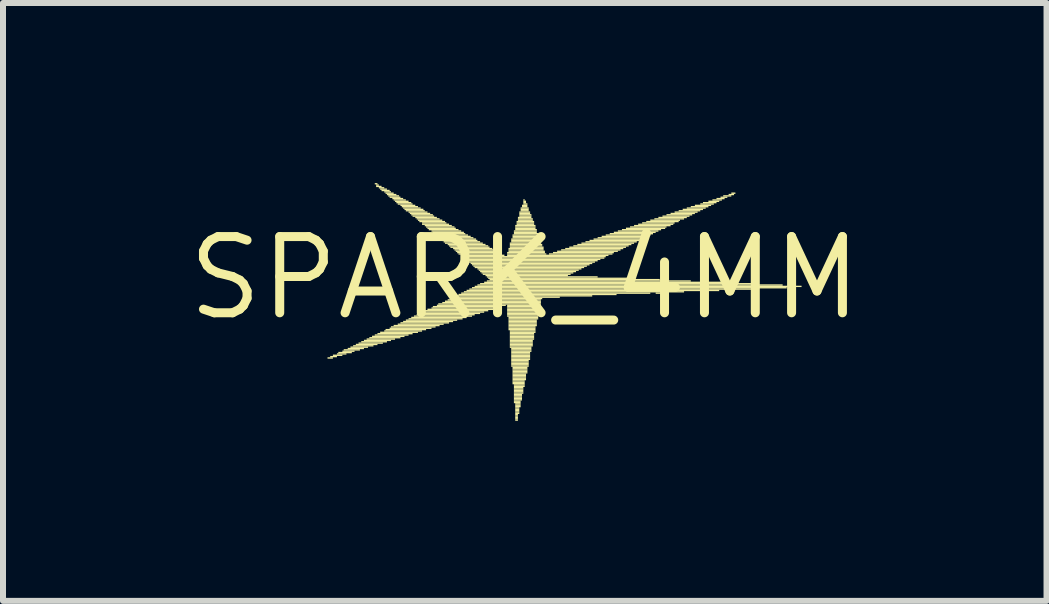
<source format=kicad_pcb>
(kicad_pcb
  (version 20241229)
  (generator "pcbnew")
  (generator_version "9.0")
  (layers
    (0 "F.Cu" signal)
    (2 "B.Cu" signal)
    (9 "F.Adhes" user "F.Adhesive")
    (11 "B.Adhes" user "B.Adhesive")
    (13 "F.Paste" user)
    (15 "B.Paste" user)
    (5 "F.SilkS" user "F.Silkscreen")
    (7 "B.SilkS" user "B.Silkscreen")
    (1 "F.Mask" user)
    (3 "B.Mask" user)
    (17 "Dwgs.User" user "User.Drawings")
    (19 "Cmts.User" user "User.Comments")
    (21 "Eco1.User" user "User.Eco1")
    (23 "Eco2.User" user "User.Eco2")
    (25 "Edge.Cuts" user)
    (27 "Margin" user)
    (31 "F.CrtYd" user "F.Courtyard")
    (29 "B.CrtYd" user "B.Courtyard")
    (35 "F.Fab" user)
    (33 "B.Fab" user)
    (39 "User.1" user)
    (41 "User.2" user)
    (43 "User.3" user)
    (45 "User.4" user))
  (footprint "SPARK_4MM"
    (layer "F.Cu")
    (at 5.692 1.581)
    (property "Reference" "SPARK_4MM" (at 0 0 0) (layer "F.SilkS") (effects (font (size 1.27 1.27) (thickness 0.15))))
    (attr through_hole)
    (fp_poly (pts (xy -3.286 1.344) (xy -3.196 1.344) (xy -3.196 1.321) (xy -3.286 1.321)) (stroke (width 0) (type solid)) (fill yes) (layer "F.SilkS"))
    (fp_poly (pts (xy -3.241 1.321) (xy -3.129 1.321) (xy -3.129 1.299) (xy -3.241 1.299)) (stroke (width 0) (type solid)) (fill yes) (layer "F.SilkS"))
    (fp_poly (pts (xy -3.196 1.299) (xy -3.039 1.299) (xy -3.039 1.276) (xy -3.196 1.276)) (stroke (width 0) (type solid)) (fill yes) (layer "F.SilkS"))
    (fp_poly (pts (xy -3.129 1.276) (xy -2.971 1.276) (xy -2.971 1.254) (xy -3.129 1.254)) (stroke (width 0) (type solid)) (fill yes) (layer "F.SilkS"))
    (fp_poly (pts (xy -3.106 1.254) (xy -2.881 1.254) (xy -2.881 1.231) (xy -3.106 1.231)) (stroke (width 0) (type solid)) (fill yes) (layer "F.SilkS"))
    (fp_poly (pts (xy -3.039 1.231) (xy -2.836 1.231) (xy -2.836 1.209) (xy -3.039 1.209)) (stroke (width 0) (type solid)) (fill yes) (layer "F.SilkS"))
    (fp_poly (pts (xy -3.016 1.209) (xy -2.746 1.209) (xy -2.746 1.186) (xy -3.016 1.186)) (stroke (width 0) (type solid)) (fill yes) (layer "F.SilkS"))
    (fp_poly (pts (xy -2.949 1.186) (xy -2.679 1.186) (xy -2.679 1.164) (xy -2.949 1.164)) (stroke (width 0) (type solid)) (fill yes) (layer "F.SilkS"))
    (fp_poly (pts (xy -2.904 1.164) (xy -2.611 1.164) (xy -2.611 1.141) (xy -2.904 1.141)) (stroke (width 0) (type solid)) (fill yes) (layer "F.SilkS"))
    (fp_poly (pts (xy -2.859 1.141) (xy -2.521 1.141) (xy -2.521 1.119) (xy -2.859 1.119)) (stroke (width 0) (type solid)) (fill yes) (layer "F.SilkS"))
    (fp_poly (pts (xy -2.814 1.119) (xy -2.454 1.119) (xy -2.454 1.096) (xy -2.814 1.096)) (stroke (width 0) (type solid)) (fill yes) (layer "F.SilkS"))
    (fp_poly (pts (xy -2.769 1.096) (xy -2.364 1.096) (xy -2.364 1.074) (xy -2.769 1.074)) (stroke (width 0) (type solid)) (fill yes) (layer "F.SilkS"))
    (fp_poly (pts (xy -2.724 1.074) (xy -2.296 1.074) (xy -2.296 1.051) (xy -2.724 1.051)) (stroke (width 0) (type solid)) (fill yes) (layer "F.SilkS"))
    (fp_poly (pts (xy -2.679 1.051) (xy -2.229 1.051) (xy -2.229 1.029) (xy -2.679 1.029)) (stroke (width 0) (type solid)) (fill yes) (layer "F.SilkS"))
    (fp_poly (pts (xy -2.634 1.029) (xy -2.161 1.029) (xy -2.161 1.006) (xy -2.634 1.006)) (stroke (width 0) (type solid)) (fill yes) (layer "F.SilkS"))
    (fp_poly (pts (xy -2.589 1.006) (xy -2.071 1.006) (xy -2.071 0.984) (xy -2.589 0.984)) (stroke (width 0) (type solid)) (fill yes) (layer "F.SilkS"))
    (fp_poly (pts (xy -2.544 0.984) (xy -2.004 0.984) (xy -2.004 0.961) (xy -2.544 0.961)) (stroke (width 0) (type solid)) (fill yes) (layer "F.SilkS"))
    (fp_poly (pts (xy -2.499 -1.559) (xy -2.454 -1.559) (xy -2.454 -1.581) (xy -2.499 -1.581)) (stroke (width 0) (type solid)) (fill yes) (layer "F.SilkS"))
    (fp_poly (pts (xy -2.499 0.961) (xy -1.936 0.961) (xy -1.936 0.939) (xy -2.499 0.939)) (stroke (width 0) (type solid)) (fill yes) (layer "F.SilkS"))
    (fp_poly (pts (xy -2.476 -1.536) (xy -2.431 -1.536) (xy -2.431 -1.559) (xy -2.476 -1.559)) (stroke (width 0) (type solid)) (fill yes) (layer "F.SilkS"))
    (fp_poly (pts (xy -2.476 -1.514) (xy -2.386 -1.514) (xy -2.386 -1.536) (xy -2.476 -1.536)) (stroke (width 0) (type solid)) (fill yes) (layer "F.SilkS"))
    (fp_poly (pts (xy -2.454 0.939) (xy -1.869 0.939) (xy -1.869 0.916) (xy -2.454 0.916)) (stroke (width 0) (type solid)) (fill yes) (layer "F.SilkS"))
    (fp_poly (pts (xy -2.431 -1.491) (xy -2.341 -1.491) (xy -2.341 -1.514) (xy -2.431 -1.514)) (stroke (width 0) (type solid)) (fill yes) (layer "F.SilkS"))
    (fp_poly (pts (xy -2.409 -1.469) (xy -2.296 -1.469) (xy -2.296 -1.491) (xy -2.409 -1.491)) (stroke (width 0) (type solid)) (fill yes) (layer "F.SilkS"))
    (fp_poly (pts (xy -2.409 0.916) (xy -1.779 0.916) (xy -1.779 0.894) (xy -2.409 0.894)) (stroke (width 0) (type solid)) (fill yes) (layer "F.SilkS"))
    (fp_poly (pts (xy -2.386 -1.446) (xy -2.251 -1.446) (xy -2.251 -1.469) (xy -2.386 -1.469)) (stroke (width 0) (type solid)) (fill yes) (layer "F.SilkS"))
    (fp_poly (pts (xy -2.341 -1.424) (xy -2.229 -1.424) (xy -2.229 -1.446) (xy -2.341 -1.446)) (stroke (width 0) (type solid)) (fill yes) (layer "F.SilkS"))
    (fp_poly (pts (xy -2.341 0.894) (xy -1.711 0.894) (xy -1.711 0.871) (xy -2.341 0.871)) (stroke (width 0) (type solid)) (fill yes) (layer "F.SilkS"))
    (fp_poly (pts (xy -2.319 -1.401) (xy -2.184 -1.401) (xy -2.184 -1.424) (xy -2.319 -1.424)) (stroke (width 0) (type solid)) (fill yes) (layer "F.SilkS"))
    (fp_poly (pts (xy -2.319 0.871) (xy -1.644 0.871) (xy -1.644 0.849) (xy -2.319 0.849)) (stroke (width 0) (type solid)) (fill yes) (layer "F.SilkS"))
    (fp_poly (pts (xy -2.296 -1.379) (xy -2.139 -1.379) (xy -2.139 -1.401) (xy -2.296 -1.401)) (stroke (width 0) (type solid)) (fill yes) (layer "F.SilkS"))
    (fp_poly (pts (xy -2.274 -1.356) (xy -2.094 -1.356) (xy -2.094 -1.379) (xy -2.274 -1.379)) (stroke (width 0) (type solid)) (fill yes) (layer "F.SilkS"))
    (fp_poly (pts (xy -2.251 -1.334) (xy -2.071 -1.334) (xy -2.071 -1.356) (xy -2.251 -1.356)) (stroke (width 0) (type solid)) (fill yes) (layer "F.SilkS"))
    (fp_poly (pts (xy -2.251 0.849) (xy -1.554 0.849) (xy -1.554 0.826) (xy -2.251 0.826)) (stroke (width 0) (type solid)) (fill yes) (layer "F.SilkS"))
    (fp_poly (pts (xy -2.229 0.826) (xy -1.486 0.826) (xy -1.486 0.804) (xy -2.229 0.804)) (stroke (width 0) (type solid)) (fill yes) (layer "F.SilkS"))
    (fp_poly (pts (xy -2.206 -1.311) (xy -2.026 -1.311) (xy -2.026 -1.334) (xy -2.206 -1.334)) (stroke (width 0) (type solid)) (fill yes) (layer "F.SilkS"))
    (fp_poly (pts (xy -2.184 -1.289) (xy -1.981 -1.289) (xy -1.981 -1.311) (xy -2.184 -1.311)) (stroke (width 0) (type solid)) (fill yes) (layer "F.SilkS"))
    (fp_poly (pts (xy -2.184 0.804) (xy -1.419 0.804) (xy -1.419 0.781) (xy -2.184 0.781)) (stroke (width 0) (type solid)) (fill yes) (layer "F.SilkS"))
    (fp_poly (pts (xy -2.161 -1.266) (xy -1.936 -1.266) (xy -1.936 -1.289) (xy -2.161 -1.289)) (stroke (width 0) (type solid)) (fill yes) (layer "F.SilkS"))
    (fp_poly (pts (xy -2.139 -1.244) (xy -1.891 -1.244) (xy -1.891 -1.266) (xy -2.139 -1.266)) (stroke (width 0) (type solid)) (fill yes) (layer "F.SilkS"))
    (fp_poly (pts (xy -2.116 -1.221) (xy -1.869 -1.221) (xy -1.869 -1.244) (xy -2.116 -1.244)) (stroke (width 0) (type solid)) (fill yes) (layer "F.SilkS"))
    (fp_poly (pts (xy -2.116 0.781) (xy -1.351 0.781) (xy -1.351 0.759) (xy -2.116 0.759)) (stroke (width 0) (type solid)) (fill yes) (layer "F.SilkS"))
    (fp_poly (pts (xy -2.071 -1.199) (xy -1.824 -1.199) (xy -1.824 -1.221) (xy -2.071 -1.221)) (stroke (width 0) (type solid)) (fill yes) (layer "F.SilkS"))
    (fp_poly (pts (xy -2.071 0.759) (xy -1.261 0.759) (xy -1.261 0.736) (xy -2.071 0.736)) (stroke (width 0) (type solid)) (fill yes) (layer "F.SilkS"))
    (fp_poly (pts (xy -2.049 -1.176) (xy -1.779 -1.176) (xy -1.779 -1.199) (xy -2.049 -1.199)) (stroke (width 0) (type solid)) (fill yes) (layer "F.SilkS"))
    (fp_poly (pts (xy -2.026 -1.154) (xy -1.734 -1.154) (xy -1.734 -1.176) (xy -2.026 -1.176)) (stroke (width 0) (type solid)) (fill yes) (layer "F.SilkS"))
    (fp_poly (pts (xy -2.026 0.736) (xy -1.194 0.736) (xy -1.194 0.714) (xy -2.026 0.714)) (stroke (width 0) (type solid)) (fill yes) (layer "F.SilkS"))
    (fp_poly (pts (xy -2.004 -1.131) (xy -1.689 -1.131) (xy -1.689 -1.154) (xy -2.004 -1.154)) (stroke (width 0) (type solid)) (fill yes) (layer "F.SilkS"))
    (fp_poly (pts (xy -1.981 -1.109) (xy -1.666 -1.109) (xy -1.666 -1.131) (xy -1.981 -1.131)) (stroke (width 0) (type solid)) (fill yes) (layer "F.SilkS"))
    (fp_poly (pts (xy -1.981 0.714) (xy -1.126 0.714) (xy -1.126 0.691) (xy -1.981 0.691)) (stroke (width 0) (type solid)) (fill yes) (layer "F.SilkS"))
    (fp_poly (pts (xy -1.936 -1.086) (xy -1.621 -1.086) (xy -1.621 -1.109) (xy -1.936 -1.109)) (stroke (width 0) (type solid)) (fill yes) (layer "F.SilkS"))
    (fp_poly (pts (xy -1.936 0.691) (xy -1.036 0.691) (xy -1.036 0.669) (xy -1.936 0.669)) (stroke (width 0) (type solid)) (fill yes) (layer "F.SilkS"))
    (fp_poly (pts (xy -1.914 -1.064) (xy -1.576 -1.064) (xy -1.576 -1.086) (xy -1.914 -1.086)) (stroke (width 0) (type solid)) (fill yes) (layer "F.SilkS"))
    (fp_poly (pts (xy -1.891 -1.041) (xy -1.531 -1.041) (xy -1.531 -1.064) (xy -1.891 -1.064)) (stroke (width 0) (type solid)) (fill yes) (layer "F.SilkS"))
    (fp_poly (pts (xy -1.891 0.669) (xy -0.969 0.669) (xy -0.969 0.646) (xy -1.891 0.646)) (stroke (width 0) (type solid)) (fill yes) (layer "F.SilkS"))
    (fp_poly (pts (xy -1.869 -1.019) (xy -1.509 -1.019) (xy -1.509 -1.041) (xy -1.869 -1.041)) (stroke (width 0) (type solid)) (fill yes) (layer "F.SilkS"))
    (fp_poly (pts (xy -1.846 0.646) (xy -0.879 0.646) (xy -0.879 0.624) (xy -1.846 0.624)) (stroke (width 0) (type solid)) (fill yes) (layer "F.SilkS"))
    (fp_poly (pts (xy -1.824 -0.996) (xy -1.464 -0.996) (xy -1.464 -1.019) (xy -1.824 -1.019)) (stroke (width 0) (type solid)) (fill yes) (layer "F.SilkS"))
    (fp_poly (pts (xy -1.801 -0.974) (xy -1.419 -0.974) (xy -1.419 -0.996) (xy -1.801 -0.996)) (stroke (width 0) (type solid)) (fill yes) (layer "F.SilkS"))
    (fp_poly (pts (xy -1.801 0.624) (xy -0.834 0.624) (xy -0.834 0.601) (xy -1.801 0.601)) (stroke (width 0) (type solid)) (fill yes) (layer "F.SilkS"))
    (fp_poly (pts (xy -1.779 -0.951) (xy -1.374 -0.951) (xy -1.374 -0.974) (xy -1.779 -0.974)) (stroke (width 0) (type solid)) (fill yes) (layer "F.SilkS"))
    (fp_poly (pts (xy -1.756 -0.929) (xy -1.329 -0.929) (xy -1.329 -0.951) (xy -1.756 -0.951)) (stroke (width 0) (type solid)) (fill yes) (layer "F.SilkS"))
    (fp_poly (pts (xy -1.756 0.601) (xy -0.744 0.601) (xy -0.744 0.579) (xy -1.756 0.579)) (stroke (width 0) (type solid)) (fill yes) (layer "F.SilkS"))
    (fp_poly (pts (xy -1.711 -0.906) (xy -1.306 -0.906) (xy -1.306 -0.929) (xy -1.711 -0.929)) (stroke (width 0) (type solid)) (fill yes) (layer "F.SilkS"))
    (fp_poly (pts (xy -1.711 -0.884) (xy -1.261 -0.884) (xy -1.261 -0.906) (xy -1.711 -0.906)) (stroke (width 0) (type solid)) (fill yes) (layer "F.SilkS"))
    (fp_poly (pts (xy -1.711 0.579) (xy -0.676 0.579) (xy -0.676 0.556) (xy -1.711 0.556)) (stroke (width 0) (type solid)) (fill yes) (layer "F.SilkS"))
    (fp_poly (pts (xy -1.666 -0.861) (xy -1.216 -0.861) (xy -1.216 -0.884) (xy -1.666 -0.884)) (stroke (width 0) (type solid)) (fill yes) (layer "F.SilkS"))
    (fp_poly (pts (xy -1.666 0.556) (xy -0.609 0.556) (xy -0.609 0.534) (xy -1.666 0.534)) (stroke (width 0) (type solid)) (fill yes) (layer "F.SilkS"))
    (fp_poly (pts (xy -1.644 -0.839) (xy -1.171 -0.839) (xy -1.171 -0.861) (xy -1.644 -0.861)) (stroke (width 0) (type solid)) (fill yes) (layer "F.SilkS"))
    (fp_poly (pts (xy -1.621 -0.816) (xy -1.149 -0.816) (xy -1.149 -0.839) (xy -1.621 -0.839)) (stroke (width 0) (type solid)) (fill yes) (layer "F.SilkS"))
    (fp_poly (pts (xy -1.621 0.534) (xy -0.519 0.534) (xy -0.519 0.511) (xy -1.621 0.511)) (stroke (width 0) (type solid)) (fill yes) (layer "F.SilkS"))
    (fp_poly (pts (xy -1.599 -0.794) (xy -1.104 -0.794) (xy -1.104 -0.816) (xy -1.599 -0.816)) (stroke (width 0) (type solid)) (fill yes) (layer "F.SilkS"))
    (fp_poly (pts (xy -1.554 -0.771) (xy -1.059 -0.771) (xy -1.059 -0.794) (xy -1.554 -0.794)) (stroke (width 0) (type solid)) (fill yes) (layer "F.SilkS"))
    (fp_poly (pts (xy -1.554 0.511) (xy -0.451 0.511) (xy -0.451 0.489) (xy -1.554 0.489)) (stroke (width 0) (type solid)) (fill yes) (layer "F.SilkS"))
    (fp_poly (pts (xy -1.531 -0.749) (xy -1.014 -0.749) (xy -1.014 -0.771) (xy -1.531 -0.771)) (stroke (width 0) (type solid)) (fill yes) (layer "F.SilkS"))
    (fp_poly (pts (xy -1.531 0.489) (xy -0.384 0.489) (xy -0.384 0.466) (xy -1.531 0.466)) (stroke (width 0) (type solid)) (fill yes) (layer "F.SilkS"))
    (fp_poly (pts (xy -1.509 -0.726) (xy -0.991 -0.726) (xy -0.991 -0.749) (xy -1.509 -0.749)) (stroke (width 0) (type solid)) (fill yes) (layer "F.SilkS"))
    (fp_poly (pts (xy -1.486 -0.704) (xy -0.946 -0.704) (xy -0.946 -0.726) (xy -1.486 -0.726)) (stroke (width 0) (type solid)) (fill yes) (layer "F.SilkS"))
    (fp_poly (pts (xy -1.464 0.466) (xy -0.316 0.466) (xy -0.316 0.444) (xy -1.464 0.444)) (stroke (width 0) (type solid)) (fill yes) (layer "F.SilkS"))
    (fp_poly (pts (xy -1.441 -0.681) (xy -0.901 -0.681) (xy -0.901 -0.704) (xy -1.441 -0.704)) (stroke (width 0) (type solid)) (fill yes) (layer "F.SilkS"))
    (fp_poly (pts (xy -1.441 0.444) (xy 0.269 0.444) (xy 0.269 0.421) (xy -1.441 0.421)) (stroke (width 0) (type solid)) (fill yes) (layer "F.SilkS"))
    (fp_poly (pts (xy -1.419 -0.659) (xy -0.856 -0.659) (xy -0.856 -0.681) (xy -1.419 -0.681)) (stroke (width 0) (type solid)) (fill yes) (layer "F.SilkS"))
    (fp_poly (pts (xy -1.396 -0.636) (xy -0.811 -0.636) (xy -0.811 -0.659) (xy -1.396 -0.659)) (stroke (width 0) (type solid)) (fill yes) (layer "F.SilkS"))
    (fp_poly (pts (xy -1.374 -0.614) (xy -0.789 -0.614) (xy -0.789 -0.636) (xy -1.374 -0.636)) (stroke (width 0) (type solid)) (fill yes) (layer "F.SilkS"))
    (fp_poly (pts (xy -1.374 0.421) (xy 0.269 0.421) (xy 0.269 0.399) (xy -1.374 0.399)) (stroke (width 0) (type solid)) (fill yes) (layer "F.SilkS"))
    (fp_poly (pts (xy -1.351 -0.591) (xy -0.744 -0.591) (xy -0.744 -0.614) (xy -1.351 -0.614)) (stroke (width 0) (type solid)) (fill yes) (layer "F.SilkS"))
    (fp_poly (pts (xy -1.329 -0.569) (xy -0.699 -0.569) (xy -0.699 -0.591) (xy -1.329 -0.591)) (stroke (width 0) (type solid)) (fill yes) (layer "F.SilkS"))
    (fp_poly (pts (xy -1.329 0.399) (xy 0.269 0.399) (xy 0.269 0.376) (xy -1.329 0.376)) (stroke (width 0) (type solid)) (fill yes) (layer "F.SilkS"))
    (fp_poly (pts (xy -1.284 -0.546) (xy -0.654 -0.546) (xy -0.654 -0.569) (xy -1.284 -0.569)) (stroke (width 0) (type solid)) (fill yes) (layer "F.SilkS"))
    (fp_poly (pts (xy -1.284 0.376) (xy 0.269 0.376) (xy 0.269 0.354) (xy -1.284 0.354)) (stroke (width 0) (type solid)) (fill yes) (layer "F.SilkS"))
    (fp_poly (pts (xy -1.261 -0.524) (xy -0.609 -0.524) (xy -0.609 -0.546) (xy -1.261 -0.546)) (stroke (width 0) (type solid)) (fill yes) (layer "F.SilkS"))
    (fp_poly (pts (xy -1.239 -0.501) (xy -0.586 -0.501) (xy -0.586 -0.524) (xy -1.239 -0.524)) (stroke (width 0) (type solid)) (fill yes) (layer "F.SilkS"))
    (fp_poly (pts (xy -1.239 0.354) (xy 0.291 0.354) (xy 0.291 0.331) (xy -1.239 0.331)) (stroke (width 0) (type solid)) (fill yes) (layer "F.SilkS"))
    (fp_poly (pts (xy -1.194 -0.479) (xy -0.541 -0.479) (xy -0.541 -0.501) (xy -1.194 -0.501)) (stroke (width 0) (type solid)) (fill yes) (layer "F.SilkS"))
    (fp_poly (pts (xy -1.194 0.331) (xy 0.584 0.331) (xy 0.584 0.309) (xy -1.194 0.309)) (stroke (width 0) (type solid)) (fill yes) (layer "F.SilkS"))
    (fp_poly (pts (xy -1.171 -0.456) (xy -0.496 -0.456) (xy -0.496 -0.479) (xy -1.171 -0.479)) (stroke (width 0) (type solid)) (fill yes) (layer "F.SilkS"))
    (fp_poly (pts (xy -1.149 -0.434) (xy -0.451 -0.434) (xy -0.451 -0.456) (xy -1.149 -0.456)) (stroke (width 0) (type solid)) (fill yes) (layer "F.SilkS"))
    (fp_poly (pts (xy -1.149 0.309) (xy 1.124 0.309) (xy 1.124 0.286) (xy -1.149 0.286)) (stroke (width 0) (type solid)) (fill yes) (layer "F.SilkS"))
    (fp_poly (pts (xy -1.126 -0.411) (xy -0.406 -0.411) (xy -0.406 -0.434) (xy -1.126 -0.434)) (stroke (width 0) (type solid)) (fill yes) (layer "F.SilkS"))
    (fp_poly (pts (xy -1.104 -0.389) (xy -0.384 -0.389) (xy -0.384 -0.411) (xy -1.104 -0.411)) (stroke (width 0) (type solid)) (fill yes) (layer "F.SilkS"))
    (fp_poly (pts (xy -1.104 0.286) (xy 1.529 0.286) (xy 1.529 0.264) (xy -1.104 0.264)) (stroke (width 0) (type solid)) (fill yes) (layer "F.SilkS"))
    (fp_poly (pts (xy -1.059 -0.366) (xy -0.339 -0.366) (xy -0.339 -0.389) (xy -1.059 -0.389)) (stroke (width 0) (type solid)) (fill yes) (layer "F.SilkS"))
    (fp_poly (pts (xy -1.059 0.264) (xy 2.091 0.264) (xy 2.091 0.241) (xy -1.059 0.241)) (stroke (width 0) (type solid)) (fill yes) (layer "F.SilkS"))
    (fp_poly (pts (xy -1.036 -0.344) (xy 1.349 -0.344) (xy 1.349 -0.366) (xy -1.036 -0.366)) (stroke (width 0) (type solid)) (fill yes) (layer "F.SilkS"))
    (fp_poly (pts (xy -1.014 -0.321) (xy 1.326 -0.321) (xy 1.326 -0.344) (xy -1.014 -0.344)) (stroke (width 0) (type solid)) (fill yes) (layer "F.SilkS"))
    (fp_poly (pts (xy -1.014 0.241) (xy 2.654 0.241) (xy 2.654 0.219) (xy -1.014 0.219)) (stroke (width 0) (type solid)) (fill yes) (layer "F.SilkS"))
    (fp_poly (pts (xy -0.991 -0.299) (xy 1.259 -0.299) (xy 1.259 -0.321) (xy -0.991 -0.321)) (stroke (width 0) (type solid)) (fill yes) (layer "F.SilkS"))
    (fp_poly (pts (xy -0.969 -0.276) (xy 1.214 -0.276) (xy 1.214 -0.299) (xy -0.969 -0.299)) (stroke (width 0) (type solid)) (fill yes) (layer "F.SilkS"))
    (fp_poly (pts (xy -0.969 0.219) (xy 3.239 0.219) (xy 3.239 0.196) (xy -0.969 0.196)) (stroke (width 0) (type solid)) (fill yes) (layer "F.SilkS"))
    (fp_poly (pts (xy -0.924 -0.254) (xy 1.169 -0.254) (xy 1.169 -0.276) (xy -0.924 -0.276)) (stroke (width 0) (type solid)) (fill yes) (layer "F.SilkS"))
    (fp_poly (pts (xy -0.924 0.196) (xy 3.801 0.196) (xy 3.801 0.174) (xy -0.924 0.174)) (stroke (width 0) (type solid)) (fill yes) (layer "F.SilkS"))
    (fp_poly (pts (xy -0.901 -0.231) (xy 1.124 -0.231) (xy 1.124 -0.254) (xy -0.901 -0.254)) (stroke (width 0) (type solid)) (fill yes) (layer "F.SilkS"))
    (fp_poly (pts (xy -0.879 -0.209) (xy 1.079 -0.209) (xy 1.079 -0.231) (xy -0.879 -0.231)) (stroke (width 0) (type solid)) (fill yes) (layer "F.SilkS"))
    (fp_poly (pts (xy -0.879 0.174) (xy 4.364 0.174) (xy 4.364 0.151) (xy -0.879 0.151)) (stroke (width 0) (type solid)) (fill yes) (layer "F.SilkS"))
    (fp_poly (pts (xy -0.856 -0.186) (xy 1.034 -0.186) (xy 1.034 -0.209) (xy -0.856 -0.209)) (stroke (width 0) (type solid)) (fill yes) (layer "F.SilkS"))
    (fp_poly (pts (xy -0.834 -0.164) (xy 0.989 -0.164) (xy 0.989 -0.186) (xy -0.834 -0.186)) (stroke (width 0) (type solid)) (fill yes) (layer "F.SilkS"))
    (fp_poly (pts (xy -0.834 0.151) (xy 4.611 0.151) (xy 4.611 0.129) (xy -0.834 0.129)) (stroke (width 0) (type solid)) (fill yes) (layer "F.SilkS"))
    (fp_poly (pts (xy -0.789 -0.141) (xy 0.944 -0.141) (xy 0.944 -0.164) (xy -0.789 -0.164)) (stroke (width 0) (type solid)) (fill yes) (layer "F.SilkS"))
    (fp_poly (pts (xy -0.789 0.129) (xy 4.296 0.129) (xy 4.296 0.106) (xy -0.789 0.106)) (stroke (width 0) (type solid)) (fill yes) (layer "F.SilkS"))
    (fp_poly (pts (xy -0.766 -0.119) (xy 0.899 -0.119) (xy 0.899 -0.141) (xy -0.766 -0.141)) (stroke (width 0) (type solid)) (fill yes) (layer "F.SilkS"))
    (fp_poly (pts (xy -0.744 -0.096) (xy 0.854 -0.096) (xy 0.854 -0.119) (xy -0.744 -0.119)) (stroke (width 0) (type solid)) (fill yes) (layer "F.SilkS"))
    (fp_poly (pts (xy -0.744 0.106) (xy 3.801 0.106) (xy 3.801 0.084) (xy -0.744 0.084)) (stroke (width 0) (type solid)) (fill yes) (layer "F.SilkS"))
    (fp_poly (pts (xy -0.721 -0.074) (xy 0.809 -0.074) (xy 0.809 -0.096) (xy -0.721 -0.096)) (stroke (width 0) (type solid)) (fill yes) (layer "F.SilkS"))
    (fp_poly (pts (xy -0.699 -0.051) (xy 0.764 -0.051) (xy 0.764 -0.074) (xy -0.699 -0.074)) (stroke (width 0) (type solid)) (fill yes) (layer "F.SilkS"))
    (fp_poly (pts (xy -0.676 0.084) (xy 3.284 0.084) (xy 3.284 0.061) (xy -0.676 0.061)) (stroke (width 0) (type solid)) (fill yes) (layer "F.SilkS"))
    (fp_poly (pts (xy -0.654 -0.029) (xy 0.719 -0.029) (xy 0.719 -0.051) (xy -0.654 -0.051)) (stroke (width 0) (type solid)) (fill yes) (layer "F.SilkS"))
    (fp_poly (pts (xy -0.631 -0.006) (xy 1.214 -0.006) (xy 1.214 -0.029) (xy -0.631 -0.029)) (stroke (width 0) (type solid)) (fill yes) (layer "F.SilkS"))
    (fp_poly (pts (xy -0.631 0.061) (xy 2.766 0.061) (xy 2.766 0.039) (xy -0.631 0.039)) (stroke (width 0) (type solid)) (fill yes) (layer "F.SilkS"))
    (fp_poly (pts (xy -0.609 0.016) (xy 1.731 0.016) (xy 1.731 -0.006) (xy -0.609 -0.006)) (stroke (width 0) (type solid)) (fill yes) (layer "F.SilkS"))
    (fp_poly (pts (xy -0.586 0.039) (xy 2.249 0.039) (xy 2.249 0.016) (xy -0.586 0.016)) (stroke (width 0) (type solid)) (fill yes) (layer "F.SilkS"))
    (fp_poly (pts (xy -0.294 -0.411) (xy 0.336 -0.411) (xy 0.336 -0.434) (xy -0.294 -0.434)) (stroke (width 0) (type solid)) (fill yes) (layer "F.SilkS"))
    (fp_poly (pts (xy -0.294 -0.389) (xy 0.359 -0.389) (xy 0.359 -0.411) (xy -0.294 -0.411)) (stroke (width 0) (type solid)) (fill yes) (layer "F.SilkS"))
    (fp_poly (pts (xy -0.294 -0.366) (xy 1.394 -0.366) (xy 1.394 -0.389) (xy -0.294 -0.389)) (stroke (width 0) (type solid)) (fill yes) (layer "F.SilkS"))
    (fp_poly (pts (xy -0.294 0.466) (xy 0.269 0.466) (xy 0.269 0.444) (xy -0.294 0.444)) (stroke (width 0) (type solid)) (fill yes) (layer "F.SilkS"))
    (fp_poly (pts (xy -0.294 0.489) (xy 0.246 0.489) (xy 0.246 0.466) (xy -0.294 0.466)) (stroke (width 0) (type solid)) (fill yes) (layer "F.SilkS"))
    (fp_poly (pts (xy -0.294 0.511) (xy 0.246 0.511) (xy 0.246 0.489) (xy -0.294 0.489)) (stroke (width 0) (type solid)) (fill yes) (layer "F.SilkS"))
    (fp_poly (pts (xy -0.294 0.534) (xy 0.246 0.534) (xy 0.246 0.511) (xy -0.294 0.511)) (stroke (width 0) (type solid)) (fill yes) (layer "F.SilkS"))
    (fp_poly (pts (xy -0.294 0.556) (xy 0.246 0.556) (xy 0.246 0.534) (xy -0.294 0.534)) (stroke (width 0) (type solid)) (fill yes) (layer "F.SilkS"))
    (fp_poly (pts (xy -0.294 0.579) (xy 0.246 0.579) (xy 0.246 0.556) (xy -0.294 0.556)) (stroke (width 0) (type solid)) (fill yes) (layer "F.SilkS"))
    (fp_poly (pts (xy -0.294 0.601) (xy 0.224 0.601) (xy 0.224 0.579) (xy -0.294 0.579)) (stroke (width 0) (type solid)) (fill yes) (layer "F.SilkS"))
    (fp_poly (pts (xy -0.294 0.624) (xy 0.224 0.624) (xy 0.224 0.601) (xy -0.294 0.601)) (stroke (width 0) (type solid)) (fill yes) (layer "F.SilkS"))
    (fp_poly (pts (xy -0.294 0.646) (xy 0.224 0.646) (xy 0.224 0.624) (xy -0.294 0.624)) (stroke (width 0) (type solid)) (fill yes) (layer "F.SilkS"))
    (fp_poly (pts (xy -0.271 -0.479) (xy 0.314 -0.479) (xy 0.314 -0.501) (xy -0.271 -0.501)) (stroke (width 0) (type solid)) (fill yes) (layer "F.SilkS"))
    (fp_poly (pts (xy -0.271 -0.456) (xy 0.314 -0.456) (xy 0.314 -0.479) (xy -0.271 -0.479)) (stroke (width 0) (type solid)) (fill yes) (layer "F.SilkS"))
    (fp_poly (pts (xy -0.271 -0.434) (xy 0.336 -0.434) (xy 0.336 -0.456) (xy -0.271 -0.456)) (stroke (width 0) (type solid)) (fill yes) (layer "F.SilkS"))
    (fp_poly (pts (xy -0.271 0.669) (xy 0.224 0.669) (xy 0.224 0.646) (xy -0.271 0.646)) (stroke (width 0) (type solid)) (fill yes) (layer "F.SilkS"))
    (fp_poly (pts (xy -0.271 0.691) (xy 0.224 0.691) (xy 0.224 0.669) (xy -0.271 0.669)) (stroke (width 0) (type solid)) (fill yes) (layer "F.SilkS"))
    (fp_poly (pts (xy -0.271 0.714) (xy 0.201 0.714) (xy 0.201 0.691) (xy -0.271 0.691)) (stroke (width 0) (type solid)) (fill yes) (layer "F.SilkS"))
    (fp_poly (pts (xy -0.271 0.736) (xy 0.201 0.736) (xy 0.201 0.714) (xy -0.271 0.714)) (stroke (width 0) (type solid)) (fill yes) (layer "F.SilkS"))
    (fp_poly (pts (xy -0.271 0.759) (xy 0.201 0.759) (xy 0.201 0.736) (xy -0.271 0.736)) (stroke (width 0) (type solid)) (fill yes) (layer "F.SilkS"))
    (fp_poly (pts (xy -0.271 0.781) (xy 0.201 0.781) (xy 0.201 0.759) (xy -0.271 0.759)) (stroke (width 0) (type solid)) (fill yes) (layer "F.SilkS"))
    (fp_poly (pts (xy -0.271 0.804) (xy 0.201 0.804) (xy 0.201 0.781) (xy -0.271 0.781)) (stroke (width 0) (type solid)) (fill yes) (layer "F.SilkS"))
    (fp_poly (pts (xy -0.271 0.826) (xy 0.179 0.826) (xy 0.179 0.804) (xy -0.271 0.804)) (stroke (width 0) (type solid)) (fill yes) (layer "F.SilkS"))
    (fp_poly (pts (xy -0.271 0.849) (xy 0.179 0.849) (xy 0.179 0.826) (xy -0.271 0.826)) (stroke (width 0) (type solid)) (fill yes) (layer "F.SilkS"))
    (fp_poly (pts (xy -0.271 0.871) (xy 0.179 0.871) (xy 0.179 0.849) (xy -0.271 0.849)) (stroke (width 0) (type solid)) (fill yes) (layer "F.SilkS"))
    (fp_poly (pts (xy -0.249 -0.569) (xy 0.269 -0.569) (xy 0.269 -0.591) (xy -0.249 -0.591)) (stroke (width 0) (type solid)) (fill yes) (layer "F.SilkS"))
    (fp_poly (pts (xy -0.249 -0.546) (xy 0.291 -0.546) (xy 0.291 -0.569) (xy -0.249 -0.569)) (stroke (width 0) (type solid)) (fill yes) (layer "F.SilkS"))
    (fp_poly (pts (xy -0.249 -0.524) (xy 0.291 -0.524) (xy 0.291 -0.546) (xy -0.249 -0.546)) (stroke (width 0) (type solid)) (fill yes) (layer "F.SilkS"))
    (fp_poly (pts (xy -0.249 -0.501) (xy 0.314 -0.501) (xy 0.314 -0.524) (xy -0.249 -0.524)) (stroke (width 0) (type solid)) (fill yes) (layer "F.SilkS"))
    (fp_poly (pts (xy -0.249 0.894) (xy 0.179 0.894) (xy 0.179 0.871) (xy -0.249 0.871)) (stroke (width 0) (type solid)) (fill yes) (layer "F.SilkS"))
    (fp_poly (pts (xy -0.249 0.916) (xy 0.179 0.916) (xy 0.179 0.894) (xy -0.249 0.894)) (stroke (width 0) (type solid)) (fill yes) (layer "F.SilkS"))
    (fp_poly (pts (xy -0.249 0.939) (xy 0.156 0.939) (xy 0.156 0.916) (xy -0.249 0.916)) (stroke (width 0) (type solid)) (fill yes) (layer "F.SilkS"))
    (fp_poly (pts (xy -0.249 0.961) (xy 0.156 0.961) (xy 0.156 0.939) (xy -0.249 0.939)) (stroke (width 0) (type solid)) (fill yes) (layer "F.SilkS"))
    (fp_poly (pts (xy -0.249 0.984) (xy 0.156 0.984) (xy 0.156 0.961) (xy -0.249 0.961)) (stroke (width 0) (type solid)) (fill yes) (layer "F.SilkS"))
    (fp_poly (pts (xy -0.249 1.006) (xy 0.156 1.006) (xy 0.156 0.984) (xy -0.249 0.984)) (stroke (width 0) (type solid)) (fill yes) (layer "F.SilkS"))
    (fp_poly (pts (xy -0.249 1.029) (xy 0.156 1.029) (xy 0.156 1.006) (xy -0.249 1.006)) (stroke (width 0) (type solid)) (fill yes) (layer "F.SilkS"))
    (fp_poly (pts (xy -0.249 1.051) (xy 0.134 1.051) (xy 0.134 1.029) (xy -0.249 1.029)) (stroke (width 0) (type solid)) (fill yes) (layer "F.SilkS"))
    (fp_poly (pts (xy -0.249 1.074) (xy 0.134 1.074) (xy 0.134 1.051) (xy -0.249 1.051)) (stroke (width 0) (type solid)) (fill yes) (layer "F.SilkS"))
    (fp_poly (pts (xy -0.249 1.096) (xy 0.134 1.096) (xy 0.134 1.074) (xy -0.249 1.074)) (stroke (width 0) (type solid)) (fill yes) (layer "F.SilkS"))
    (fp_poly (pts (xy -0.249 1.119) (xy 0.134 1.119) (xy 0.134 1.096) (xy -0.249 1.096)) (stroke (width 0) (type solid)) (fill yes) (layer "F.SilkS"))
    (fp_poly (pts (xy -0.249 1.141) (xy 0.134 1.141) (xy 0.134 1.119) (xy -0.249 1.119)) (stroke (width 0) (type solid)) (fill yes) (layer "F.SilkS"))
    (fp_poly (pts (xy -0.249 1.164) (xy 0.111 1.164) (xy 0.111 1.141) (xy -0.249 1.141)) (stroke (width 0) (type solid)) (fill yes) (layer "F.SilkS"))
    (fp_poly (pts (xy -0.226 -0.636) (xy 0.246 -0.636) (xy 0.246 -0.659) (xy -0.226 -0.659)) (stroke (width 0) (type solid)) (fill yes) (layer "F.SilkS"))
    (fp_poly (pts (xy -0.226 -0.614) (xy 0.269 -0.614) (xy 0.269 -0.636) (xy -0.226 -0.636)) (stroke (width 0) (type solid)) (fill yes) (layer "F.SilkS"))
    (fp_poly (pts (xy -0.226 -0.591) (xy 0.269 -0.591) (xy 0.269 -0.614) (xy -0.226 -0.614)) (stroke (width 0) (type solid)) (fill yes) (layer "F.SilkS"))
    (fp_poly (pts (xy -0.226 1.186) (xy 0.111 1.186) (xy 0.111 1.164) (xy -0.226 1.164)) (stroke (width 0) (type solid)) (fill yes) (layer "F.SilkS"))
    (fp_poly (pts (xy -0.226 1.209) (xy 0.111 1.209) (xy 0.111 1.186) (xy -0.226 1.186)) (stroke (width 0) (type solid)) (fill yes) (layer "F.SilkS"))
    (fp_poly (pts (xy -0.226 1.231) (xy 0.111 1.231) (xy 0.111 1.209) (xy -0.226 1.209)) (stroke (width 0) (type solid)) (fill yes) (layer "F.SilkS"))
    (fp_poly (pts (xy -0.226 1.254) (xy 0.089 1.254) (xy 0.089 1.231) (xy -0.226 1.231)) (stroke (width 0) (type solid)) (fill yes) (layer "F.SilkS"))
    (fp_poly (pts (xy -0.226 1.276) (xy 0.089 1.276) (xy 0.089 1.254) (xy -0.226 1.254)) (stroke (width 0) (type solid)) (fill yes) (layer "F.SilkS"))
    (fp_poly (pts (xy -0.226 1.299) (xy 0.089 1.299) (xy 0.089 1.276) (xy -0.226 1.276)) (stroke (width 0) (type solid)) (fill yes) (layer "F.SilkS"))
    (fp_poly (pts (xy -0.226 1.321) (xy 0.089 1.321) (xy 0.089 1.299) (xy -0.226 1.299)) (stroke (width 0) (type solid)) (fill yes) (layer "F.SilkS"))
    (fp_poly (pts (xy -0.226 1.344) (xy 0.089 1.344) (xy 0.089 1.321) (xy -0.226 1.321)) (stroke (width 0) (type solid)) (fill yes) (layer "F.SilkS"))
    (fp_poly (pts (xy -0.226 1.366) (xy 0.089 1.366) (xy 0.089 1.344) (xy -0.226 1.344)) (stroke (width 0) (type solid)) (fill yes) (layer "F.SilkS"))
    (fp_poly (pts (xy -0.226 1.389) (xy 0.066 1.389) (xy 0.066 1.366) (xy -0.226 1.366)) (stroke (width 0) (type solid)) (fill yes) (layer "F.SilkS"))
    (fp_poly (pts (xy -0.226 1.411) (xy 0.066 1.411) (xy 0.066 1.389) (xy -0.226 1.389)) (stroke (width 0) (type solid)) (fill yes) (layer "F.SilkS"))
    (fp_poly (pts (xy -0.226 1.434) (xy 0.066 1.434) (xy 0.066 1.411) (xy -0.226 1.411)) (stroke (width 0) (type solid)) (fill yes) (layer "F.SilkS"))
    (fp_poly (pts (xy -0.226 1.456) (xy 0.066 1.456) (xy 0.066 1.434) (xy -0.226 1.434)) (stroke (width 0) (type solid)) (fill yes) (layer "F.SilkS"))
    (fp_poly (pts (xy -0.226 1.479) (xy 0.066 1.479) (xy 0.066 1.456) (xy -0.226 1.456)) (stroke (width 0) (type solid)) (fill yes) (layer "F.SilkS"))
    (fp_poly (pts (xy -0.204 -0.704) (xy 0.224 -0.704) (xy 0.224 -0.726) (xy -0.204 -0.726)) (stroke (width 0) (type solid)) (fill yes) (layer "F.SilkS"))
    (fp_poly (pts (xy -0.204 -0.681) (xy 0.246 -0.681) (xy 0.246 -0.704) (xy -0.204 -0.704)) (stroke (width 0) (type solid)) (fill yes) (layer "F.SilkS"))
    (fp_poly (pts (xy -0.204 -0.659) (xy 0.246 -0.659) (xy 0.246 -0.681) (xy -0.204 -0.681)) (stroke (width 0) (type solid)) (fill yes) (layer "F.SilkS"))
    (fp_poly (pts (xy -0.204 1.501) (xy 0.044 1.501) (xy 0.044 1.479) (xy -0.204 1.479)) (stroke (width 0) (type solid)) (fill yes) (layer "F.SilkS"))
    (fp_poly (pts (xy -0.204 1.524) (xy 0.044 1.524) (xy 0.044 1.501) (xy -0.204 1.501)) (stroke (width 0) (type solid)) (fill yes) (layer "F.SilkS"))
    (fp_poly (pts (xy -0.204 1.546) (xy 0.044 1.546) (xy 0.044 1.524) (xy -0.204 1.524)) (stroke (width 0) (type solid)) (fill yes) (layer "F.SilkS"))
    (fp_poly (pts (xy -0.204 1.569) (xy 0.044 1.569) (xy 0.044 1.546) (xy -0.204 1.546)) (stroke (width 0) (type solid)) (fill yes) (layer "F.SilkS"))
    (fp_poly (pts (xy -0.204 1.591) (xy 0.044 1.591) (xy 0.044 1.569) (xy -0.204 1.569)) (stroke (width 0) (type solid)) (fill yes) (layer "F.SilkS"))
    (fp_poly (pts (xy -0.204 1.614) (xy 0.021 1.614) (xy 0.021 1.591) (xy -0.204 1.591)) (stroke (width 0) (type solid)) (fill yes) (layer "F.SilkS"))
    (fp_poly (pts (xy -0.204 1.636) (xy 0.021 1.636) (xy 0.021 1.614) (xy -0.204 1.614)) (stroke (width 0) (type solid)) (fill yes) (layer "F.SilkS"))
    (fp_poly (pts (xy -0.204 1.659) (xy 0.021 1.659) (xy 0.021 1.636) (xy -0.204 1.636)) (stroke (width 0) (type solid)) (fill yes) (layer "F.SilkS"))
    (fp_poly (pts (xy -0.204 1.681) (xy 0.021 1.681) (xy 0.021 1.659) (xy -0.204 1.659)) (stroke (width 0) (type solid)) (fill yes) (layer "F.SilkS"))
    (fp_poly (pts (xy -0.204 1.704) (xy 0.021 1.704) (xy 0.021 1.681) (xy -0.204 1.681)) (stroke (width 0) (type solid)) (fill yes) (layer "F.SilkS"))
    (fp_poly (pts (xy -0.204 1.726) (xy -0.001 1.726) (xy -0.001 1.704) (xy -0.204 1.704)) (stroke (width 0) (type solid)) (fill yes) (layer "F.SilkS"))
    (fp_poly (pts (xy -0.204 1.749) (xy -0.001 1.749) (xy -0.001 1.726) (xy -0.204 1.726)) (stroke (width 0) (type solid)) (fill yes) (layer "F.SilkS"))
    (fp_poly (pts (xy -0.204 1.771) (xy -0.001 1.771) (xy -0.001 1.749) (xy -0.204 1.749)) (stroke (width 0) (type solid)) (fill yes) (layer "F.SilkS"))
    (fp_poly (pts (xy -0.181 -0.771) (xy 0.201 -0.771) (xy 0.201 -0.794) (xy -0.181 -0.794)) (stroke (width 0) (type solid)) (fill yes) (layer "F.SilkS"))
    (fp_poly (pts (xy -0.181 -0.749) (xy 0.201 -0.749) (xy 0.201 -0.771) (xy -0.181 -0.771)) (stroke (width 0) (type solid)) (fill yes) (layer "F.SilkS"))
    (fp_poly (pts (xy -0.181 -0.726) (xy 0.224 -0.726) (xy 0.224 -0.749) (xy -0.181 -0.749)) (stroke (width 0) (type solid)) (fill yes) (layer "F.SilkS"))
    (fp_poly (pts (xy -0.181 1.794) (xy -0.001 1.794) (xy -0.001 1.771) (xy -0.181 1.771)) (stroke (width 0) (type solid)) (fill yes) (layer "F.SilkS"))
    (fp_poly (pts (xy -0.181 1.816) (xy -0.001 1.816) (xy -0.001 1.794) (xy -0.181 1.794)) (stroke (width 0) (type solid)) (fill yes) (layer "F.SilkS"))
    (fp_poly (pts (xy -0.181 1.839) (xy -0.024 1.839) (xy -0.024 1.816) (xy -0.181 1.816)) (stroke (width 0) (type solid)) (fill yes) (layer "F.SilkS"))
    (fp_poly (pts (xy -0.181 1.861) (xy -0.024 1.861) (xy -0.024 1.839) (xy -0.181 1.839)) (stroke (width 0) (type solid)) (fill yes) (layer "F.SilkS"))
    (fp_poly (pts (xy -0.181 1.884) (xy -0.024 1.884) (xy -0.024 1.861) (xy -0.181 1.861)) (stroke (width 0) (type solid)) (fill yes) (layer "F.SilkS"))
    (fp_poly (pts (xy -0.181 1.906) (xy -0.024 1.906) (xy -0.024 1.884) (xy -0.181 1.884)) (stroke (width 0) (type solid)) (fill yes) (layer "F.SilkS"))
    (fp_poly (pts (xy -0.181 1.929) (xy -0.024 1.929) (xy -0.024 1.906) (xy -0.181 1.906)) (stroke (width 0) (type solid)) (fill yes) (layer "F.SilkS"))
    (fp_poly (pts (xy -0.181 1.951) (xy -0.046 1.951) (xy -0.046 1.929) (xy -0.181 1.929)) (stroke (width 0) (type solid)) (fill yes) (layer "F.SilkS"))
    (fp_poly (pts (xy -0.181 1.974) (xy -0.046 1.974) (xy -0.046 1.951) (xy -0.181 1.951)) (stroke (width 0) (type solid)) (fill yes) (layer "F.SilkS"))
    (fp_poly (pts (xy -0.181 1.996) (xy -0.046 1.996) (xy -0.046 1.974) (xy -0.181 1.974)) (stroke (width 0) (type solid)) (fill yes) (layer "F.SilkS"))
    (fp_poly (pts (xy -0.181 2.019) (xy -0.046 2.019) (xy -0.046 1.996) (xy -0.181 1.996)) (stroke (width 0) (type solid)) (fill yes) (layer "F.SilkS"))
    (fp_poly (pts (xy -0.181 2.041) (xy -0.046 2.041) (xy -0.046 2.019) (xy -0.181 2.019)) (stroke (width 0) (type solid)) (fill yes) (layer "F.SilkS"))
    (fp_poly (pts (xy -0.181 2.064) (xy -0.069 2.064) (xy -0.069 2.041) (xy -0.181 2.041)) (stroke (width 0) (type solid)) (fill yes) (layer "F.SilkS"))
    (fp_poly (pts (xy -0.181 2.086) (xy -0.069 2.086) (xy -0.069 2.064) (xy -0.181 2.064)) (stroke (width 0) (type solid)) (fill yes) (layer "F.SilkS"))
    (fp_poly (pts (xy -0.159 -0.861) (xy 0.179 -0.861) (xy 0.179 -0.884) (xy -0.159 -0.884)) (stroke (width 0) (type solid)) (fill yes) (layer "F.SilkS"))
    (fp_poly (pts (xy -0.159 -0.839) (xy 0.179 -0.839) (xy 0.179 -0.861) (xy -0.159 -0.861)) (stroke (width 0) (type solid)) (fill yes) (layer "F.SilkS"))
    (fp_poly (pts (xy -0.159 -0.816) (xy 0.179 -0.816) (xy 0.179 -0.839) (xy -0.159 -0.839)) (stroke (width 0) (type solid)) (fill yes) (layer "F.SilkS"))
    (fp_poly (pts (xy -0.159 -0.794) (xy 0.201 -0.794) (xy 0.201 -0.816) (xy -0.159 -0.816)) (stroke (width 0) (type solid)) (fill yes) (layer "F.SilkS"))
    (fp_poly (pts (xy -0.159 2.109) (xy -0.069 2.109) (xy -0.069 2.086) (xy -0.159 2.086)) (stroke (width 0) (type solid)) (fill yes) (layer "F.SilkS"))
    (fp_poly (pts (xy -0.159 2.131) (xy -0.069 2.131) (xy -0.069 2.109) (xy -0.159 2.109)) (stroke (width 0) (type solid)) (fill yes) (layer "F.SilkS"))
    (fp_poly (pts (xy -0.159 2.154) (xy -0.069 2.154) (xy -0.069 2.131) (xy -0.159 2.131)) (stroke (width 0) (type solid)) (fill yes) (layer "F.SilkS"))
    (fp_poly (pts (xy -0.159 2.176) (xy -0.091 2.176) (xy -0.091 2.154) (xy -0.159 2.154)) (stroke (width 0) (type solid)) (fill yes) (layer "F.SilkS"))
    (fp_poly (pts (xy -0.159 2.199) (xy -0.091 2.199) (xy -0.091 2.176) (xy -0.159 2.176)) (stroke (width 0) (type solid)) (fill yes) (layer "F.SilkS"))
    (fp_poly (pts (xy -0.159 2.221) (xy -0.091 2.221) (xy -0.091 2.199) (xy -0.159 2.199)) (stroke (width 0) (type solid)) (fill yes) (layer "F.SilkS"))
    (fp_poly (pts (xy -0.159 2.244) (xy -0.091 2.244) (xy -0.091 2.221) (xy -0.159 2.221)) (stroke (width 0) (type solid)) (fill yes) (layer "F.SilkS"))
    (fp_poly (pts (xy -0.159 2.266) (xy -0.091 2.266) (xy -0.091 2.244) (xy -0.159 2.244)) (stroke (width 0) (type solid)) (fill yes) (layer "F.SilkS"))
    (fp_poly (pts (xy -0.159 2.289) (xy -0.114 2.289) (xy -0.114 2.266) (xy -0.159 2.266)) (stroke (width 0) (type solid)) (fill yes) (layer "F.SilkS"))
    (fp_poly (pts (xy -0.159 2.311) (xy -0.114 2.311) (xy -0.114 2.289) (xy -0.159 2.289)) (stroke (width 0) (type solid)) (fill yes) (layer "F.SilkS"))
    (fp_poly (pts (xy -0.159 2.334) (xy -0.114 2.334) (xy -0.114 2.311) (xy -0.159 2.311)) (stroke (width 0) (type solid)) (fill yes) (layer "F.SilkS"))
    (fp_poly (pts (xy -0.159 2.356) (xy -0.114 2.356) (xy -0.114 2.334) (xy -0.159 2.334)) (stroke (width 0) (type solid)) (fill yes) (layer "F.SilkS"))
    (fp_poly (pts (xy -0.159 2.379) (xy -0.114 2.379) (xy -0.114 2.356) (xy -0.159 2.356)) (stroke (width 0) (type solid)) (fill yes) (layer "F.SilkS"))
    (fp_poly (pts (xy -0.136 -0.929) (xy 0.156 -0.929) (xy 0.156 -0.951) (xy -0.136 -0.951)) (stroke (width 0) (type solid)) (fill yes) (layer "F.SilkS"))
    (fp_poly (pts (xy -0.136 -0.906) (xy 0.156 -0.906) (xy 0.156 -0.929) (xy -0.136 -0.929)) (stroke (width 0) (type solid)) (fill yes) (layer "F.SilkS"))
    (fp_poly (pts (xy -0.136 -0.884) (xy 0.156 -0.884) (xy 0.156 -0.906) (xy -0.136 -0.906)) (stroke (width 0) (type solid)) (fill yes) (layer "F.SilkS"))
    (fp_poly (pts (xy -0.114 -0.996) (xy 0.111 -0.996) (xy 0.111 -1.019) (xy -0.114 -1.019)) (stroke (width 0) (type solid)) (fill yes) (layer "F.SilkS"))
    (fp_poly (pts (xy -0.114 -0.974) (xy 0.134 -0.974) (xy 0.134 -0.996) (xy -0.114 -0.996)) (stroke (width 0) (type solid)) (fill yes) (layer "F.SilkS"))
    (fp_poly (pts (xy -0.114 -0.951) (xy 0.134 -0.951) (xy 0.134 -0.974) (xy -0.114 -0.974)) (stroke (width 0) (type solid)) (fill yes) (layer "F.SilkS"))
    (fp_poly (pts (xy -0.091 -1.086) (xy 0.089 -1.086) (xy 0.089 -1.109) (xy -0.091 -1.109)) (stroke (width 0) (type solid)) (fill yes) (layer "F.SilkS"))
    (fp_poly (pts (xy -0.091 -1.064) (xy 0.089 -1.064) (xy 0.089 -1.086) (xy -0.091 -1.086)) (stroke (width 0) (type solid)) (fill yes) (layer "F.SilkS"))
    (fp_poly (pts (xy -0.091 -1.041) (xy 0.111 -1.041) (xy 0.111 -1.064) (xy -0.091 -1.064)) (stroke (width 0) (type solid)) (fill yes) (layer "F.SilkS"))
    (fp_poly (pts (xy -0.091 -1.019) (xy 0.111 -1.019) (xy 0.111 -1.041) (xy -0.091 -1.041)) (stroke (width 0) (type solid)) (fill yes) (layer "F.SilkS"))
    (fp_poly (pts (xy -0.069 -1.154) (xy 0.066 -1.154) (xy 0.066 -1.176) (xy -0.069 -1.176)) (stroke (width 0) (type solid)) (fill yes) (layer "F.SilkS"))
    (fp_poly (pts (xy -0.069 -1.131) (xy 0.066 -1.131) (xy 0.066 -1.154) (xy -0.069 -1.154)) (stroke (width 0) (type solid)) (fill yes) (layer "F.SilkS"))
    (fp_poly (pts (xy -0.069 -1.109) (xy 0.066 -1.109) (xy 0.066 -1.131) (xy -0.069 -1.131)) (stroke (width 0) (type solid)) (fill yes) (layer "F.SilkS"))
    (fp_poly (pts (xy -0.046 -1.199) (xy 0.044 -1.199) (xy 0.044 -1.221) (xy -0.046 -1.221)) (stroke (width 0) (type solid)) (fill yes) (layer "F.SilkS"))
    (fp_poly (pts (xy -0.046 -1.176) (xy 0.044 -1.176) (xy 0.044 -1.199) (xy -0.046 -1.199)) (stroke (width 0) (type solid)) (fill yes) (layer "F.SilkS"))
    (fp_poly (pts (xy -0.024 -1.289) (xy -0.001 -1.289) (xy -0.001 -1.311) (xy -0.024 -1.311)) (stroke (width 0) (type solid)) (fill yes) (layer "F.SilkS"))
    (fp_poly (pts (xy -0.024 -1.266) (xy 0.021 -1.266) (xy 0.021 -1.289) (xy -0.024 -1.289)) (stroke (width 0) (type solid)) (fill yes) (layer "F.SilkS"))
    (fp_poly (pts (xy -0.024 -1.244) (xy 0.021 -1.244) (xy 0.021 -1.266) (xy -0.024 -1.266)) (stroke (width 0) (type solid)) (fill yes) (layer "F.SilkS"))
    (fp_poly (pts (xy -0.024 -1.221) (xy 0.044 -1.221) (xy 0.044 -1.244) (xy -0.024 -1.244)) (stroke (width 0) (type solid)) (fill yes) (layer "F.SilkS"))
    (fp_poly (pts (xy 0.404 -0.389) (xy 1.461 -0.389) (xy 1.461 -0.411) (xy 0.404 -0.411)) (stroke (width 0) (type solid)) (fill yes) (layer "F.SilkS"))
    (fp_poly (pts (xy 0.471 -0.411) (xy 1.484 -0.411) (xy 1.484 -0.434) (xy 0.471 -0.434)) (stroke (width 0) (type solid)) (fill yes) (layer "F.SilkS"))
    (fp_poly (pts (xy 0.539 -0.434) (xy 1.551 -0.434) (xy 1.551 -0.456) (xy 0.539 -0.456)) (stroke (width 0) (type solid)) (fill yes) (layer "F.SilkS"))
    (fp_poly (pts (xy 0.606 -0.456) (xy 1.596 -0.456) (xy 1.596 -0.479) (xy 0.606 -0.479)) (stroke (width 0) (type solid)) (fill yes) (layer "F.SilkS"))
    (fp_poly (pts (xy 0.674 -0.479) (xy 1.641 -0.479) (xy 1.641 -0.501) (xy 0.674 -0.501)) (stroke (width 0) (type solid)) (fill yes) (layer "F.SilkS"))
    (fp_poly (pts (xy 0.741 -0.501) (xy 1.686 -0.501) (xy 1.686 -0.524) (xy 0.741 -0.524)) (stroke (width 0) (type solid)) (fill yes) (layer "F.SilkS"))
    (fp_poly (pts (xy 0.809 -0.524) (xy 1.731 -0.524) (xy 1.731 -0.546) (xy 0.809 -0.546)) (stroke (width 0) (type solid)) (fill yes) (layer "F.SilkS"))
    (fp_poly (pts (xy 0.876 -0.546) (xy 1.776 -0.546) (xy 1.776 -0.569) (xy 0.876 -0.569)) (stroke (width 0) (type solid)) (fill yes) (layer "F.SilkS"))
    (fp_poly (pts (xy 0.944 -0.569) (xy 1.821 -0.569) (xy 1.821 -0.591) (xy 0.944 -0.591)) (stroke (width 0) (type solid)) (fill yes) (layer "F.SilkS"))
    (fp_poly (pts (xy 1.011 -0.591) (xy 1.866 -0.591) (xy 1.866 -0.614) (xy 1.011 -0.614)) (stroke (width 0) (type solid)) (fill yes) (layer "F.SilkS"))
    (fp_poly (pts (xy 1.079 -0.614) (xy 1.911 -0.614) (xy 1.911 -0.636) (xy 1.079 -0.636)) (stroke (width 0) (type solid)) (fill yes) (layer "F.SilkS"))
    (fp_poly (pts (xy 1.146 -0.636) (xy 1.956 -0.636) (xy 1.956 -0.659) (xy 1.146 -0.659)) (stroke (width 0) (type solid)) (fill yes) (layer "F.SilkS"))
    (fp_poly (pts (xy 1.214 -0.659) (xy 2.001 -0.659) (xy 2.001 -0.681) (xy 1.214 -0.681)) (stroke (width 0) (type solid)) (fill yes) (layer "F.SilkS"))
    (fp_poly (pts (xy 1.281 -0.681) (xy 2.046 -0.681) (xy 2.046 -0.704) (xy 1.281 -0.704)) (stroke (width 0) (type solid)) (fill yes) (layer "F.SilkS"))
    (fp_poly (pts (xy 1.349 -0.704) (xy 2.091 -0.704) (xy 2.091 -0.726) (xy 1.349 -0.726)) (stroke (width 0) (type solid)) (fill yes) (layer "F.SilkS"))
    (fp_poly (pts (xy 1.416 -0.726) (xy 2.136 -0.726) (xy 2.136 -0.749) (xy 1.416 -0.749)) (stroke (width 0) (type solid)) (fill yes) (layer "F.SilkS"))
    (fp_poly (pts (xy 1.484 -0.749) (xy 2.181 -0.749) (xy 2.181 -0.771) (xy 1.484 -0.771)) (stroke (width 0) (type solid)) (fill yes) (layer "F.SilkS"))
    (fp_poly (pts (xy 1.551 -0.771) (xy 2.226 -0.771) (xy 2.226 -0.794) (xy 1.551 -0.794)) (stroke (width 0) (type solid)) (fill yes) (layer "F.SilkS"))
    (fp_poly (pts (xy 1.619 -0.794) (xy 2.271 -0.794) (xy 2.271 -0.816) (xy 1.619 -0.816)) (stroke (width 0) (type solid)) (fill yes) (layer "F.SilkS"))
    (fp_poly (pts (xy 1.686 -0.816) (xy 2.339 -0.816) (xy 2.339 -0.839) (xy 1.686 -0.839)) (stroke (width 0) (type solid)) (fill yes) (layer "F.SilkS"))
    (fp_poly (pts (xy 1.754 -0.839) (xy 2.361 -0.839) (xy 2.361 -0.861) (xy 1.754 -0.861)) (stroke (width 0) (type solid)) (fill yes) (layer "F.SilkS"))
    (fp_poly (pts (xy 1.821 -0.861) (xy 2.429 -0.861) (xy 2.429 -0.884) (xy 1.821 -0.884)) (stroke (width 0) (type solid)) (fill yes) (layer "F.SilkS"))
    (fp_poly (pts (xy 1.889 -0.884) (xy 2.474 -0.884) (xy 2.474 -0.906) (xy 1.889 -0.906)) (stroke (width 0) (type solid)) (fill yes) (layer "F.SilkS"))
    (fp_poly (pts (xy 1.956 -0.906) (xy 2.496 -0.906) (xy 2.496 -0.929) (xy 1.956 -0.929)) (stroke (width 0) (type solid)) (fill yes) (layer "F.SilkS"))
    (fp_poly (pts (xy 2.024 -0.929) (xy 2.564 -0.929) (xy 2.564 -0.951) (xy 2.024 -0.951)) (stroke (width 0) (type solid)) (fill yes) (layer "F.SilkS"))
    (fp_poly (pts (xy 2.091 -0.951) (xy 2.586 -0.951) (xy 2.586 -0.974) (xy 2.091 -0.974)) (stroke (width 0) (type solid)) (fill yes) (layer "F.SilkS"))
    (fp_poly (pts (xy 2.159 -0.974) (xy 2.654 -0.974) (xy 2.654 -0.996) (xy 2.159 -0.996)) (stroke (width 0) (type solid)) (fill yes) (layer "F.SilkS"))
    (fp_poly (pts (xy 2.181 0.264) (xy 2.271 0.264) (xy 2.271 0.241) (xy 2.181 0.241)) (stroke (width 0) (type solid)) (fill yes) (layer "F.SilkS"))
    (fp_poly (pts (xy 2.226 -0.996) (xy 2.699 -0.996) (xy 2.699 -1.019) (xy 2.226 -1.019)) (stroke (width 0) (type solid)) (fill yes) (layer "F.SilkS"))
    (fp_poly (pts (xy 2.294 -1.019) (xy 2.744 -1.019) (xy 2.744 -1.041) (xy 2.294 -1.041)) (stroke (width 0) (type solid)) (fill yes) (layer "F.SilkS"))
    (fp_poly (pts (xy 2.361 -1.041) (xy 2.789 -1.041) (xy 2.789 -1.064) (xy 2.361 -1.064)) (stroke (width 0) (type solid)) (fill yes) (layer "F.SilkS"))
    (fp_poly (pts (xy 2.429 -1.064) (xy 2.834 -1.064) (xy 2.834 -1.086) (xy 2.429 -1.086)) (stroke (width 0) (type solid)) (fill yes) (layer "F.SilkS"))
    (fp_poly (pts (xy 2.496 -1.086) (xy 2.879 -1.086) (xy 2.879 -1.109) (xy 2.496 -1.109)) (stroke (width 0) (type solid)) (fill yes) (layer "F.SilkS"))
    (fp_poly (pts (xy 2.564 -1.109) (xy 2.924 -1.109) (xy 2.924 -1.131) (xy 2.564 -1.131)) (stroke (width 0) (type solid)) (fill yes) (layer "F.SilkS"))
    (fp_poly (pts (xy 2.631 -1.131) (xy 2.969 -1.131) (xy 2.969 -1.154) (xy 2.631 -1.154)) (stroke (width 0) (type solid)) (fill yes) (layer "F.SilkS"))
    (fp_poly (pts (xy 2.699 -1.154) (xy 3.014 -1.154) (xy 3.014 -1.176) (xy 2.699 -1.176)) (stroke (width 0) (type solid)) (fill yes) (layer "F.SilkS"))
    (fp_poly (pts (xy 2.766 -1.176) (xy 3.059 -1.176) (xy 3.059 -1.199) (xy 2.766 -1.199)) (stroke (width 0) (type solid)) (fill yes) (layer "F.SilkS"))
    (fp_poly (pts (xy 2.834 -1.199) (xy 3.104 -1.199) (xy 3.104 -1.221) (xy 2.834 -1.221)) (stroke (width 0) (type solid)) (fill yes) (layer "F.SilkS"))
    (fp_poly (pts (xy 2.924 -1.221) (xy 3.149 -1.221) (xy 3.149 -1.244) (xy 2.924 -1.244)) (stroke (width 0) (type solid)) (fill yes) (layer "F.SilkS"))
    (fp_poly (pts (xy 2.969 -1.244) (xy 3.194 -1.244) (xy 3.194 -1.266) (xy 2.969 -1.266)) (stroke (width 0) (type solid)) (fill yes) (layer "F.SilkS"))
    (fp_poly (pts (xy 3.059 -1.266) (xy 3.239 -1.266) (xy 3.239 -1.289) (xy 3.059 -1.289)) (stroke (width 0) (type solid)) (fill yes) (layer "F.SilkS"))
    (fp_poly (pts (xy 3.126 -1.289) (xy 3.284 -1.289) (xy 3.284 -1.311) (xy 3.126 -1.311)) (stroke (width 0) (type solid)) (fill yes) (layer "F.SilkS"))
    (fp_poly (pts (xy 3.194 -1.311) (xy 3.329 -1.311) (xy 3.329 -1.334) (xy 3.194 -1.334)) (stroke (width 0) (type solid)) (fill yes) (layer "F.SilkS"))
    (fp_poly (pts (xy 3.261 -1.334) (xy 3.374 -1.334) (xy 3.374 -1.356) (xy 3.261 -1.356)) (stroke (width 0) (type solid)) (fill yes) (layer "F.SilkS"))
    (fp_poly (pts (xy 3.306 -1.356) (xy 3.441 -1.356) (xy 3.441 -1.379) (xy 3.306 -1.379)) (stroke (width 0) (type solid)) (fill yes) (layer "F.SilkS"))
    (fp_poly (pts (xy 3.396 -1.379) (xy 3.486 -1.379) (xy 3.486 -1.401) (xy 3.396 -1.401)) (stroke (width 0) (type solid)) (fill yes) (layer "F.SilkS"))
    (fp_poly (pts (xy 3.441 -1.401) (xy 3.509 -1.401) (xy 3.509 -1.424) (xy 3.441 -1.424)) (stroke (width 0) (type solid)) (fill yes) (layer "F.SilkS")))
  (gr_rect
    (start -3 -3)
    (end 14.384 6.96)
    (stroke (width 0.1) (type default))
    (fill no)
    (layer "Edge.Cuts")))
</source>
